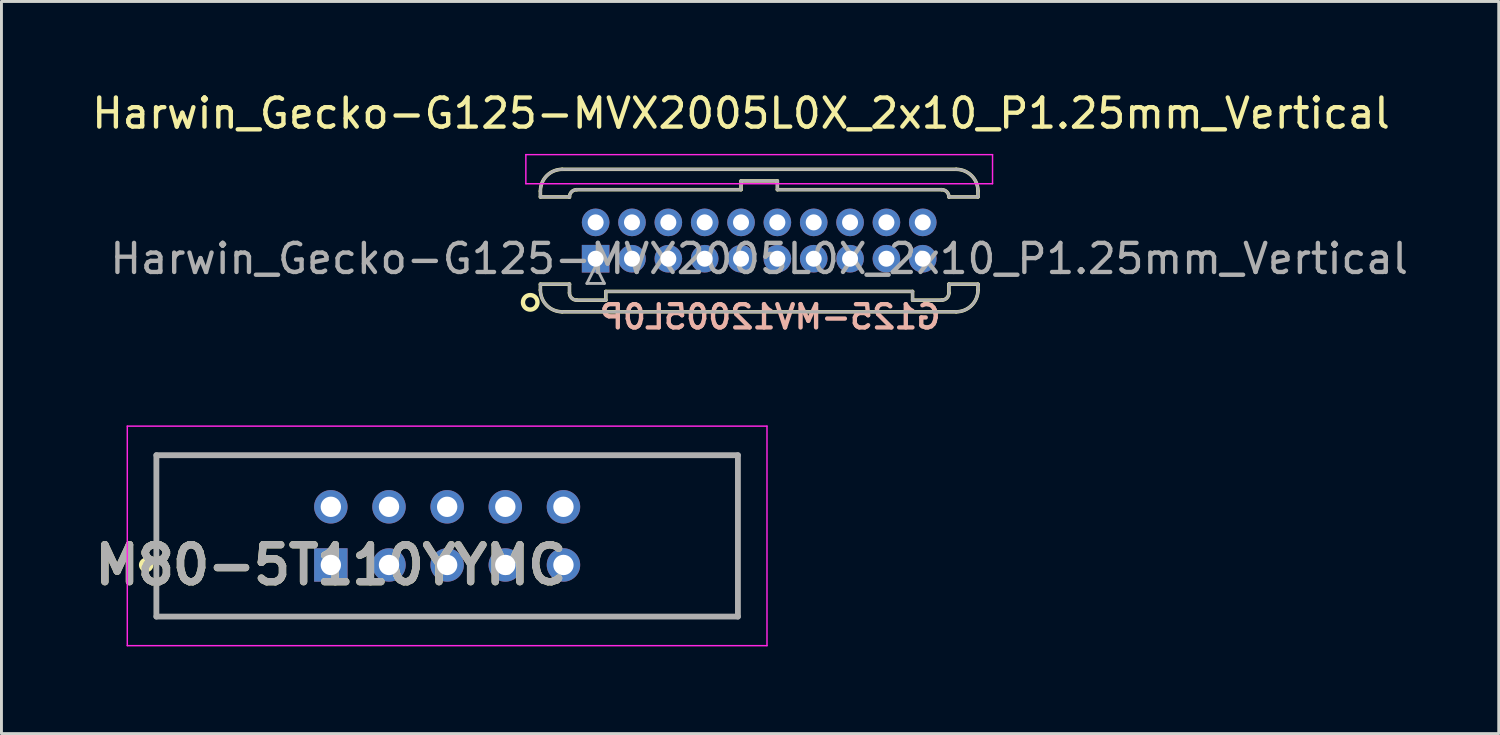
<source format=kicad_pcb>
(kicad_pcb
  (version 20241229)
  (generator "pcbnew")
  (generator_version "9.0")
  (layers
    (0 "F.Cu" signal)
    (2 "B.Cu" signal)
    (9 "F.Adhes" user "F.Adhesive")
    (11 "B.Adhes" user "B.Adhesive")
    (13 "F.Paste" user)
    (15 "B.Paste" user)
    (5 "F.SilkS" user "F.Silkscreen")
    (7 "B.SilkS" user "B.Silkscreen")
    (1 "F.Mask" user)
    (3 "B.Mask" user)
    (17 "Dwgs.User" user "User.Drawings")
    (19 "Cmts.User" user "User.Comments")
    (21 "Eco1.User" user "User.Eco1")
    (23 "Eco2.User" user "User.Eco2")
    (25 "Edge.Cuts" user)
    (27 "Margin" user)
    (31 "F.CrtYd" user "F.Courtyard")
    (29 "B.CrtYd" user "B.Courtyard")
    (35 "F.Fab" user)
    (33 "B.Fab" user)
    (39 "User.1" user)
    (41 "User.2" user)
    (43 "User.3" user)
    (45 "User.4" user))
  (footprint "Harwin_Gecko-G125-MVX2005L0X_2x10_P1.25mm_Vertical"
    (layer "F.Cu")
    (at 17.435 5.848)
    (property "Reference" "Harwin_Gecko-G125-MVX2005L0X_2x10_P1.25mm_Vertical" (at 5 -5 0) (layer "F.SilkS") (effects (font (size 1 1) (thickness 0.15))))
    (attr through_hole)
    (fp_line (start -1.9 -2.325) (end -1.9 -2.125) (stroke (width 0.12) (type solid)) (layer "F.SilkS"))
    (fp_line (start -1.9 -2.125) (end -0.9 -2.125) (stroke (width 0.12) (type solid)) (layer "F.SilkS"))
    (fp_line (start -1.9 0.875) (end -0.9 0.875) (stroke (width 0.12) (type solid)) (layer "F.SilkS"))
    (fp_line (start -1.9 1.075) (end -1.9 0.875) (stroke (width 0.12) (type solid)) (layer "F.SilkS"))
    (fp_line (start -1.15 -3.075) (end 12.4 -3.075) (stroke (width 0.12) (type solid)) (layer "F.SilkS"))
    (fp_line (start -1.15 1.825) (end 12.4 1.825) (stroke (width 0.12) (type solid)) (layer "F.SilkS"))
    (fp_line (start -0.9 -2.125) (end -0.9 -2.125) (stroke (width 0.12) (type solid)) (layer "F.SilkS"))
    (fp_line (start -0.9 0.875) (end -0.9 0.875) (stroke (width 0.12) (type solid)) (layer "F.SilkS"))
    (fp_line (start -0.9 1.175) (end -0.9 0.875) (stroke (width 0.12) (type solid)) (layer "F.SilkS"))
    (fp_line (start -0.65 -2.375) (end 5 -2.375) (stroke (width 0.12) (type solid)) (layer "F.SilkS"))
    (fp_line (start -0.65 1.425) (end 0.35 1.425) (stroke (width 0.12) (type solid)) (layer "F.SilkS"))
    (fp_line (start 0.35 1.125) (end 10.9 1.125) (stroke (width 0.12) (type solid)) (layer "F.SilkS"))
    (fp_line (start 0.35 1.425) (end 0.35 1.125) (stroke (width 0.12) (type solid)) (layer "F.SilkS"))
    (fp_line (start 5 -2.675) (end 6.25 -2.675) (stroke (width 0.12) (type solid)) (layer "F.SilkS"))
    (fp_line (start 5 -2.375) (end 5 -2.675) (stroke (width 0.12) (type solid)) (layer "F.SilkS"))
    (fp_line (start 6.25 -2.675) (end 6.25 -2.375) (stroke (width 0.12) (type solid)) (layer "F.SilkS"))
    (fp_line (start 6.25 -2.375) (end 11.9 -2.375) (stroke (width 0.12) (type solid)) (layer "F.SilkS"))
    (fp_line (start 10.9 1.125) (end 10.9 1.425) (stroke (width 0.12) (type solid)) (layer "F.SilkS"))
    (fp_line (start 10.9 1.425) (end 11.9 1.425) (stroke (width 0.12) (type solid)) (layer "F.SilkS"))
    (fp_line (start 12.15 -2.125) (end 12.15 -2.125) (stroke (width 0.12) (type solid)) (layer "F.SilkS"))
    (fp_line (start 12.15 0.875) (end 12.15 0.875) (stroke (width 0.12) (type solid)) (layer "F.SilkS"))
    (fp_line (start 12.15 1.175) (end 12.15 0.875) (stroke (width 0.12) (type solid)) (layer "F.SilkS"))
    (fp_line (start 13.15 -2.325) (end 13.15 -2.125) (stroke (width 0.12) (type solid)) (layer "F.SilkS"))
    (fp_line (start 13.15 -2.125) (end 12.15 -2.125) (stroke (width 0.12) (type solid)) (layer "F.SilkS"))
    (fp_line (start 13.15 0.875) (end 12.15 0.875) (stroke (width 0.12) (type solid)) (layer "F.SilkS"))
    (fp_line (start 13.15 1.075) (end 13.15 0.875) (stroke (width 0.12) (type solid)) (layer "F.SilkS"))
    (fp_arc (start -1.9 -2.325) (mid -1.68033 -2.85533) (end -1.15 -3.075) (stroke (width 0.12) (type solid)) (layer "F.SilkS"))
    (fp_arc (start -1.15 1.825) (mid -1.68033 1.60533) (end -1.9 1.075) (stroke (width 0.12) (type solid)) (layer "F.SilkS"))
    (fp_arc (start -0.9 -2.125) (mid -0.826777 -2.301777) (end -0.65 -2.375) (stroke (width 0.12) (type solid)) (layer "F.SilkS"))
    (fp_arc (start -0.65 1.425) (mid -0.826777 1.351777) (end -0.9 1.175) (stroke (width 0.12) (type solid)) (layer "F.SilkS"))
    (fp_arc (start 11.9 -2.375) (mid 12.076777 -2.301777) (end 12.15 -2.125) (stroke (width 0.12) (type solid)) (layer "F.SilkS"))
    (fp_arc (start 12.15 1.175) (mid 12.076777 1.351777) (end 11.9 1.425) (stroke (width 0.12) (type solid)) (layer "F.SilkS"))
    (fp_arc (start 12.4 -3.075) (mid 12.93033 -2.85533) (end 13.15 -2.325) (stroke (width 0.12) (type solid)) (layer "F.SilkS"))
    (fp_arc (start 13.15 1.075) (mid 12.93033 1.60533) (end 12.4 1.825) (stroke (width 0.12) (type solid)) (layer "F.SilkS"))
    (fp_circle (center -2.25 1.5) (end -2 1.5) (stroke (width 0.15) (type solid)) (fill no) (layer "F.SilkS"))
    (fp_line (start -2.4 -3.58) (end -2.4 -2.58) (stroke (width 0.05) (type solid)) (layer "F.CrtYd"))
    (fp_line (start -2.4 -2.58) (end 13.65 -2.58) (stroke (width 0.05) (type solid)) (layer "F.CrtYd"))
    (fp_line (start 13.65 -3.58) (end -2.4 -3.58) (stroke (width 0.05) (type solid)) (layer "F.CrtYd"))
    (fp_line (start 13.65 -2.58) (end 13.65 -3.58) (stroke (width 0.05) (type solid)) (layer "F.CrtYd"))
    (fp_line (start -1.9 -2.325) (end -1.9 -2.125) (stroke (width 0.1) (type solid)) (layer "F.Fab"))
    (fp_line (start -1.9 -2.125) (end -0.9 -2.125) (stroke (width 0.1) (type solid)) (layer "F.Fab"))
    (fp_line (start -1.9 0.875) (end -0.9 0.875) (stroke (width 0.1) (type solid)) (layer "F.Fab"))
    (fp_line (start -1.9 1.075) (end -1.9 0.875) (stroke (width 0.1) (type solid)) (layer "F.Fab"))
    (fp_line (start -1.15 -3.075) (end 12.4 -3.075) (stroke (width 0.1) (type solid)) (layer "F.Fab"))
    (fp_line (start -1.15 1.825) (end 12.4 1.825) (stroke (width 0.1) (type solid)) (layer "F.Fab"))
    (fp_line (start -0.9 -2.125) (end -0.9 -2.125) (stroke (width 0.1) (type solid)) (layer "F.Fab"))
    (fp_line (start -0.9 0.875) (end -0.9 0.875) (stroke (width 0.1) (type solid)) (layer "F.Fab"))
    (fp_line (start -0.9 1.175) (end -0.9 0.875) (stroke (width 0.1) (type solid)) (layer "F.Fab"))
    (fp_line (start -0.65 -2.375) (end 5 -2.375) (stroke (width 0.1) (type solid)) (layer "F.Fab"))
    (fp_line (start -0.65 1.425) (end 0.35 1.425) (stroke (width 0.1) (type solid)) (layer "F.Fab"))
    (fp_line (start -0.3 0.85) (end 0.3 0.85) (stroke (width 0.1) (type solid)) (layer "F.Fab"))
    (fp_line (start 0 0.25) (end -0.3 0.85) (stroke (width 0.1) (type solid)) (layer "F.Fab"))
    (fp_line (start 0.3 0.85) (end 0 0.25) (stroke (width 0.1) (type solid)) (layer "F.Fab"))
    (fp_line (start 0.35 1.125) (end 10.9 1.125) (stroke (width 0.1) (type solid)) (layer "F.Fab"))
    (fp_line (start 0.35 1.425) (end 0.35 1.125) (stroke (width 0.1) (type solid)) (layer "F.Fab"))
    (fp_line (start 5 -2.675) (end 6.25 -2.675) (stroke (width 0.1) (type solid)) (layer "F.Fab"))
    (fp_line (start 5 -2.375) (end 5 -2.675) (stroke (width 0.1) (type solid)) (layer "F.Fab"))
    (fp_line (start 6.25 -2.675) (end 6.25 -2.375) (stroke (width 0.1) (type solid)) (layer "F.Fab"))
    (fp_line (start 6.25 -2.375) (end 11.9 -2.375) (stroke (width 0.1) (type solid)) (layer "F.Fab"))
    (fp_line (start 10.9 1.125) (end 10.9 1.425) (stroke (width 0.1) (type solid)) (layer "F.Fab"))
    (fp_line (start 10.9 1.425) (end 11.9 1.425) (stroke (width 0.1) (type solid)) (layer "F.Fab"))
    (fp_line (start 12.15 -2.125) (end 12.15 -2.125) (stroke (width 0.1) (type solid)) (layer "F.Fab"))
    (fp_line (start 12.15 0.875) (end 12.15 0.875) (stroke (width 0.1) (type solid)) (layer "F.Fab"))
    (fp_line (start 12.15 1.175) (end 12.15 0.875) (stroke (width 0.1) (type solid)) (layer "F.Fab"))
    (fp_line (start 13.15 -2.325) (end 13.15 -2.125) (stroke (width 0.1) (type solid)) (layer "F.Fab"))
    (fp_line (start 13.15 -2.125) (end 12.15 -2.125) (stroke (width 0.1) (type solid)) (layer "F.Fab"))
    (fp_line (start 13.15 0.875) (end 12.15 0.875) (stroke (width 0.1) (type solid)) (layer "F.Fab"))
    (fp_line (start 13.15 1.075) (end 13.15 0.875) (stroke (width 0.1) (type solid)) (layer "F.Fab"))
    (fp_arc (start -1.9 -2.325) (mid -1.68033 -2.85533) (end -1.15 -3.075) (stroke (width 0.1) (type solid)) (layer "F.Fab"))
    (fp_arc (start -1.15 1.825) (mid -1.68033 1.60533) (end -1.9 1.075) (stroke (width 0.1) (type solid)) (layer "F.Fab"))
    (fp_arc (start -0.9 -2.125) (mid -0.826777 -2.301777) (end -0.65 -2.375) (stroke (width 0.1) (type solid)) (layer "F.Fab"))
    (fp_arc (start -0.65 1.425) (mid -0.826777 1.351777) (end -0.9 1.175) (stroke (width 0.1) (type solid)) (layer "F.Fab"))
    (fp_arc (start 11.9 -2.375) (mid 12.076777 -2.301777) (end 12.15 -2.125) (stroke (width 0.1) (type solid)) (layer "F.Fab"))
    (fp_arc (start 12.15 1.175) (mid 12.076777 1.351777) (end 11.9 1.425) (stroke (width 0.1) (type solid)) (layer "F.Fab"))
    (fp_arc (start 12.4 -3.075) (mid 12.93033 -2.85533) (end 13.15 -2.325) (stroke (width 0.1) (type solid)) (layer "F.Fab"))
    (fp_arc (start 13.15 1.075) (mid 12.93033 1.60533) (end 12.4 1.825) (stroke (width 0.1) (type solid)) (layer "F.Fab"))
    (fp_text user "G125-MV12005L0P" (at 6 2 0) (layer "B.SilkS") (effects (font (size 0.8 0.8) (thickness 0.15)) (justify mirror)))
    (fp_text user "${REFERENCE}" (at 5.625 0 0) (layer "F.Fab") (effects (font (size 1 1) (thickness 0.15))))
    (pad "1" thru_hole rect (at 0 0) (size 0.95 0.95) (drill 0.55) (layers "*.Cu" "*.Mask"))
    (pad "2" thru_hole circle (at 1.25 0) (size 0.95 0.95) (drill 0.55) (layers "*.Cu" "*.Mask"))
    (pad "3" thru_hole circle (at 2.5 0) (size 0.95 0.95) (drill 0.55) (layers "*.Cu" "*.Mask"))
    (pad "4" thru_hole circle (at 3.75 0) (size 0.95 0.95) (drill 0.55) (layers "*.Cu" "*.Mask"))
    (pad "5" thru_hole circle (at 5 0) (size 0.95 0.95) (drill 0.55) (layers "*.Cu" "*.Mask"))
    (pad "6" thru_hole circle (at 6.25 0) (size 0.95 0.95) (drill 0.55) (layers "*.Cu" "*.Mask"))
    (pad "7" thru_hole circle (at 7.5 0) (size 0.95 0.95) (drill 0.55) (layers "*.Cu" "*.Mask"))
    (pad "8" thru_hole circle (at 8.75 0) (size 0.95 0.95) (drill 0.55) (layers "*.Cu" "*.Mask"))
    (pad "9" thru_hole circle (at 10 0) (size 0.95 0.95) (drill 0.55) (layers "*.Cu" "*.Mask"))
    (pad "10" thru_hole circle (at 11.25 0) (size 0.95 0.95) (drill 0.55) (layers "*.Cu" "*.Mask"))
    (pad "11" thru_hole circle (at 0 -1.25) (size 0.95 0.95) (drill 0.55) (layers "*.Cu" "*.Mask"))
    (pad "12" thru_hole circle (at 1.25 -1.25) (size 0.95 0.95) (drill 0.55) (layers "*.Cu" "*.Mask"))
    (pad "13" thru_hole circle (at 2.5 -1.25) (size 0.95 0.95) (drill 0.55) (layers "*.Cu" "*.Mask"))
    (pad "14" thru_hole circle (at 3.75 -1.25) (size 0.95 0.95) (drill 0.55) (layers "*.Cu" "*.Mask"))
    (pad "15" thru_hole circle (at 5 -1.25) (size 0.95 0.95) (drill 0.55) (layers "*.Cu" "*.Mask"))
    (pad "16" thru_hole circle (at 6.25 -1.25) (size 0.95 0.95) (drill 0.55) (layers "*.Cu" "*.Mask"))
    (pad "17" thru_hole circle (at 7.5 -1.25) (size 0.95 0.95) (drill 0.55) (layers "*.Cu" "*.Mask"))
    (pad "18" thru_hole circle (at 8.75 -1.25) (size 0.95 0.95) (drill 0.55) (layers "*.Cu" "*.Mask"))
    (pad "19" thru_hole circle (at 10 -1.25) (size 0.95 0.95) (drill 0.55) (layers "*.Cu" "*.Mask"))
    (pad "20" thru_hole circle (at 11.25 -1.25) (size 0.95 0.95) (drill 0.55) (layers "*.Cu" "*.Mask")))
  (footprint "M80-5T110YYMC"
    (layer "F.Cu")
    (at 8.328 16.38)
    (property "Reference" "M80-5T110YYMC" (at 0 0 0) (layer "F.SilkS") (effects (font (size 1.27 1.27) (thickness 0.254))))
    (attr through_hole)
    (fp_line (start -6 -3.775) (end 14 -3.775) (stroke (width 0.1) (type solid)) (layer "F.SilkS"))
    (fp_line (start -6 1.775) (end -6 -3.775) (stroke (width 0.1) (type solid)) (layer "F.SilkS"))
    (fp_line (start 14 -3.775) (end 14 1.775) (stroke (width 0.1) (type solid)) (layer "F.SilkS"))
    (fp_line (start 14 1.775) (end -6 1.775) (stroke (width 0.1) (type solid)) (layer "F.SilkS"))
    (fp_circle (center -6.35 0) (end -6.35 0.05) (stroke (width 0.2) (type solid)) (fill no) (layer "F.SilkS"))
    (fp_line (start -7 -4.775) (end 15 -4.775) (stroke (width 0.05) (type solid)) (layer "F.CrtYd"))
    (fp_line (start -7 2.775) (end -7 -4.775) (stroke (width 0.05) (type solid)) (layer "F.CrtYd"))
    (fp_line (start 15 -4.775) (end 15 2.775) (stroke (width 0.05) (type solid)) (layer "F.CrtYd"))
    (fp_line (start 15 2.775) (end -7 2.775) (stroke (width 0.05) (type solid)) (layer "F.CrtYd"))
    (fp_line (start -6 -3.775) (end 14 -3.775) (stroke (width 0.2) (type solid)) (layer "F.Fab"))
    (fp_line (start -6 1.775) (end -6 -3.775) (stroke (width 0.2) (type solid)) (layer "F.Fab"))
    (fp_line (start 14 -3.775) (end 14 1.775) (stroke (width 0.2) (type solid)) (layer "F.Fab"))
    (fp_line (start 14 1.775) (end -6 1.775) (stroke (width 0.2) (type solid)) (layer "F.Fab"))
    (fp_text user "${REFERENCE}" (at 0 0 0) (layer "F.Fab") (effects (font (size 1.27 1.27) (thickness 0.254))))
    (pad "1" thru_hole rect (at 0 0) (size 1.15 1.15) (drill 0.7) (layers "*.Cu" "*.Mask"))
    (pad "2" thru_hole circle (at 2 0) (size 1.15 1.15) (drill 0.7) (layers "*.Cu" "*.Mask"))
    (pad "3" thru_hole circle (at 4 0) (size 1.15 1.15) (drill 0.7) (layers "*.Cu" "*.Mask"))
    (pad "4" thru_hole circle (at 6 0) (size 1.15 1.15) (drill 0.7) (layers "*.Cu" "*.Mask"))
    (pad "5" thru_hole circle (at 8 0) (size 1.15 1.15) (drill 0.7) (layers "*.Cu" "*.Mask"))
    (pad "6" thru_hole circle (at 0 -2) (size 1.15 1.15) (drill 0.7) (layers "*.Cu" "*.Mask"))
    (pad "7" thru_hole circle (at 2 -2) (size 1.15 1.15) (drill 0.7) (layers "*.Cu" "*.Mask"))
    (pad "8" thru_hole circle (at 4 -2) (size 1.15 1.15) (drill 0.7) (layers "*.Cu" "*.Mask"))
    (pad "9" thru_hole circle (at 6 -2) (size 1.15 1.15) (drill 0.7) (layers "*.Cu" "*.Mask"))
    (pad "10" thru_hole circle (at 8 -2) (size 1.15 1.15) (drill 0.7) (layers "*.Cu" "*.Mask")))
  (gr_rect
    (start -3 -3)
    (end 48.494 22.18)
    (stroke (width 0.1) (type default))
    (fill no)
    (layer "Edge.Cuts")))
</source>
